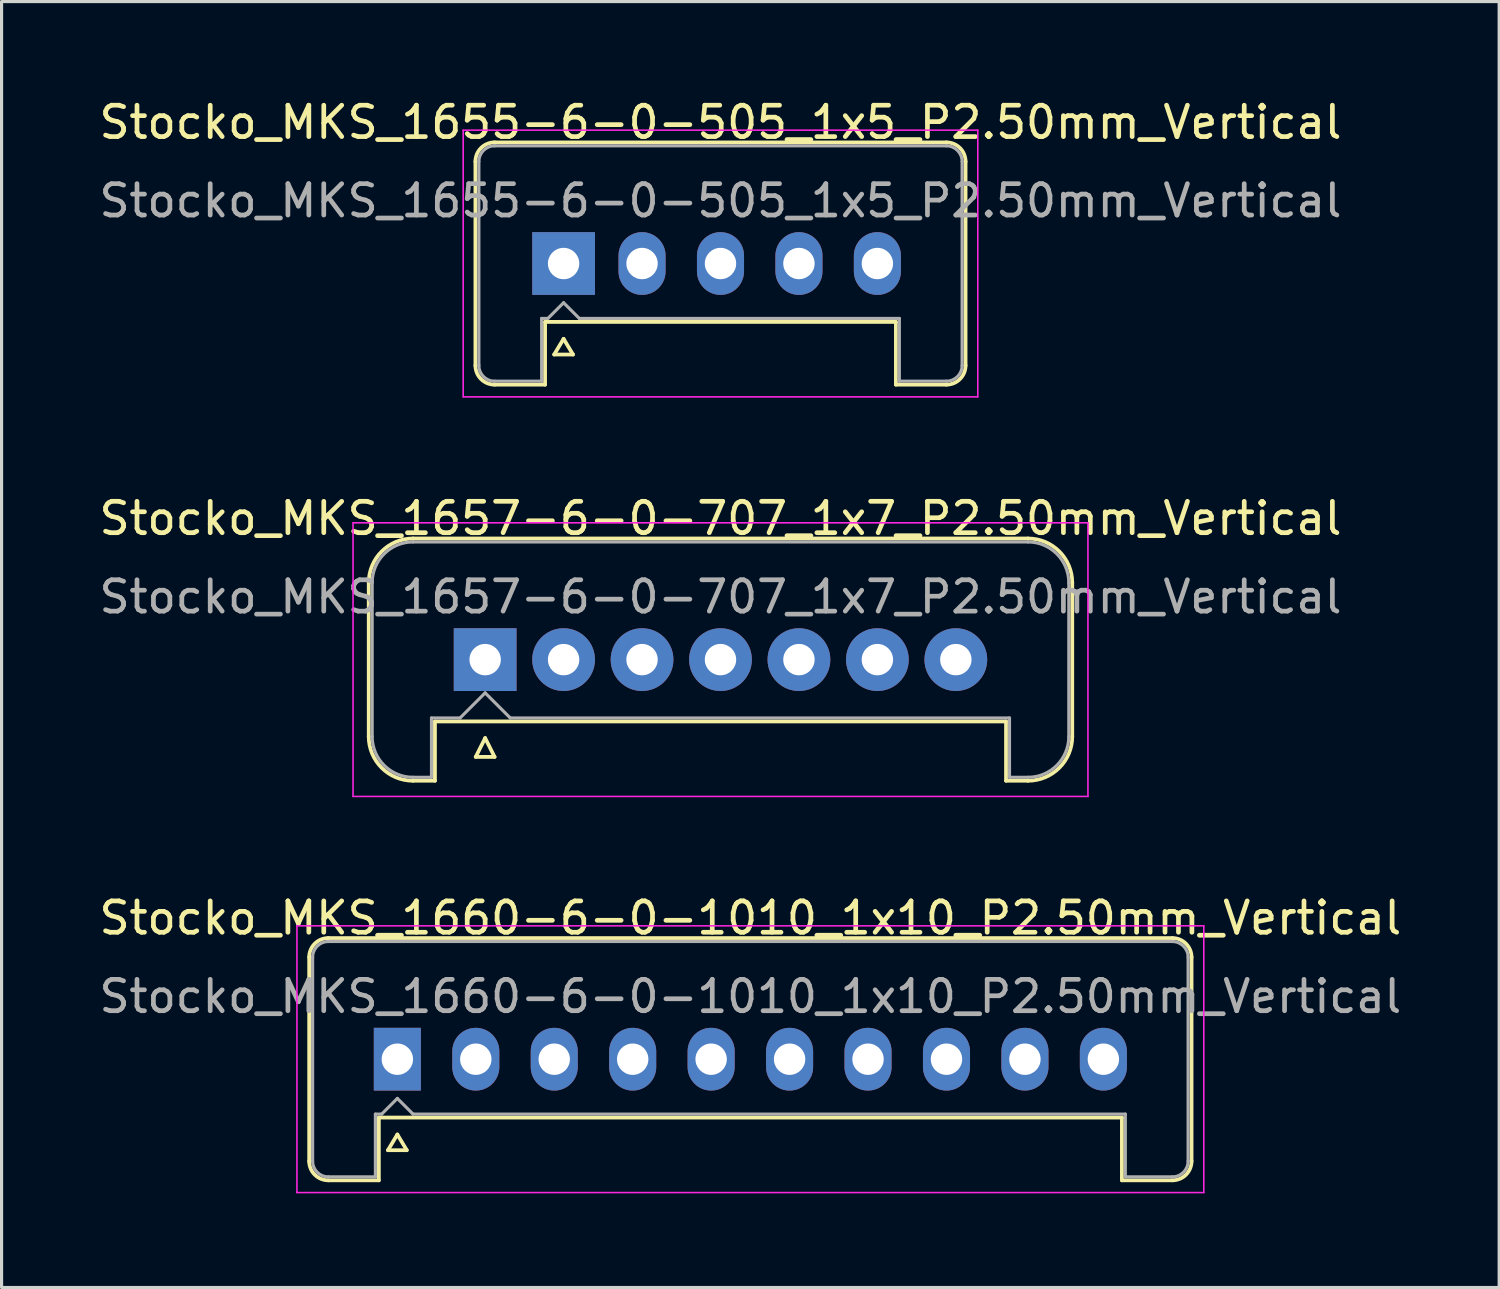
<source format=kicad_pcb>
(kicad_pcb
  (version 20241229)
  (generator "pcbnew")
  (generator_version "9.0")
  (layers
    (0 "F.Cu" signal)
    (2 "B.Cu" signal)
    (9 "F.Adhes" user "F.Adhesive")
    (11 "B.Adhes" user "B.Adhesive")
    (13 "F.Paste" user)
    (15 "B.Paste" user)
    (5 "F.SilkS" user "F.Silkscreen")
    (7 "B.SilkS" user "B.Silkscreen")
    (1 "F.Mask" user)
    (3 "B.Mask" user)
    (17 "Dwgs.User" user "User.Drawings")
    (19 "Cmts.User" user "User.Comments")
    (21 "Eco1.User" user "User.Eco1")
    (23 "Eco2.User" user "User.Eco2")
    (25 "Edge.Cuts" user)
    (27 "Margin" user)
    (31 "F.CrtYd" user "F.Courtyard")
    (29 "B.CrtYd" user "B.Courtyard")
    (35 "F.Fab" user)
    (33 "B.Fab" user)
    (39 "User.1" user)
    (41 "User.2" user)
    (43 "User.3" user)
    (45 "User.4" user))
  (footprint "Stocko_MKS_1657-6-0-707_1x7_P2.50mm_Vertical"
    (layer "F.Cu")
    (at 12.411 17.971)
    (property "Reference" "Stocko_MKS_1657-6-0-707_1x7_P2.50mm_Vertical" (at 7.5 -4.5 0) (layer "F.SilkS") (effects (font (size 1 1) (thickness 0.15))))
    (attr through_hole)
    (fp_line (start -3.71 -2.45) (end -3.71 2.45) (stroke (width 0.12) (type solid)) (layer "F.SilkS"))
    (fp_line (start -2.3 -3.86) (end 17.3 -3.86) (stroke (width 0.12) (type solid)) (layer "F.SilkS"))
    (fp_line (start -2.3 3.86) (end -1.6 3.86) (stroke (width 0.12) (type solid)) (layer "F.SilkS"))
    (fp_line (start -1.6 1.97) (end 16.6 1.97) (stroke (width 0.12) (type solid)) (layer "F.SilkS"))
    (fp_line (start -1.6 3.86) (end -1.6 1.97) (stroke (width 0.12) (type solid)) (layer "F.SilkS"))
    (fp_line (start -0.3 3.1) (end 0.3 3.1) (stroke (width 0.12) (type solid)) (layer "F.SilkS"))
    (fp_line (start 0 2.5) (end -0.3 3.1) (stroke (width 0.12) (type solid)) (layer "F.SilkS"))
    (fp_line (start 0.3 3.1) (end 0 2.5) (stroke (width 0.12) (type solid)) (layer "F.SilkS"))
    (fp_line (start 16.6 3.86) (end 16.6 1.97) (stroke (width 0.12) (type solid)) (layer "F.SilkS"))
    (fp_line (start 17.3 3.86) (end 16.6 3.86) (stroke (width 0.12) (type solid)) (layer "F.SilkS"))
    (fp_line (start 18.71 -2.45) (end 18.71 2.45) (stroke (width 0.12) (type solid)) (layer "F.SilkS"))
    (fp_arc (start -3.71 -2.45) (mid -3.297021 -3.447021) (end -2.3 -3.86) (stroke (width 0.12) (type solid)) (layer "F.SilkS"))
    (fp_arc (start -2.3 3.86) (mid -3.297021 3.447021) (end -3.71 2.45) (stroke (width 0.12) (type solid)) (layer "F.SilkS"))
    (fp_arc (start 17.3 -3.86) (mid 18.297021 -3.447021) (end 18.71 -2.45) (stroke (width 0.12) (type solid)) (layer "F.SilkS"))
    (fp_arc (start 18.71 2.45) (mid 18.297021 3.447021) (end 17.3 3.86) (stroke (width 0.12) (type solid)) (layer "F.SilkS"))
    (fp_line (start -4.21 -4.36) (end -4.21 4.36) (stroke (width 0.05) (type solid)) (layer "F.CrtYd"))
    (fp_line (start -4.21 4.36) (end 19.21 4.36) (stroke (width 0.05) (type solid)) (layer "F.CrtYd"))
    (fp_line (start 19.21 -4.36) (end -4.21 -4.36) (stroke (width 0.05) (type solid)) (layer "F.CrtYd"))
    (fp_line (start 19.21 4.36) (end 19.21 -4.36) (stroke (width 0.05) (type solid)) (layer "F.CrtYd"))
    (fp_line (start -3.6 -2.45) (end -3.6 2.45) (stroke (width 0.1) (type solid)) (layer "F.Fab"))
    (fp_line (start -2.3 -3.75) (end 17.3 -3.75) (stroke (width 0.1) (type solid)) (layer "F.Fab"))
    (fp_line (start -2.3 3.75) (end -1.71 3.75) (stroke (width 0.1) (type solid)) (layer "F.Fab"))
    (fp_line (start -1.71 1.86) (end -0.8 1.86) (stroke (width 0.1) (type solid)) (layer "F.Fab"))
    (fp_line (start -1.71 3.75) (end -1.71 1.86) (stroke (width 0.1) (type solid)) (layer "F.Fab"))
    (fp_line (start -0.8 1.86) (end 0 1.06) (stroke (width 0.1) (type solid)) (layer "F.Fab"))
    (fp_line (start 0 1.06) (end 0.8 1.86) (stroke (width 0.1) (type solid)) (layer "F.Fab"))
    (fp_line (start 0.8 1.86) (end 16.71 1.86) (stroke (width 0.1) (type solid)) (layer "F.Fab"))
    (fp_line (start 16.71 3.75) (end 16.71 1.86) (stroke (width 0.1) (type solid)) (layer "F.Fab"))
    (fp_line (start 17.3 3.75) (end 16.71 3.75) (stroke (width 0.1) (type solid)) (layer "F.Fab"))
    (fp_line (start 18.6 -2.45) (end 18.6 2.45) (stroke (width 0.1) (type solid)) (layer "F.Fab"))
    (fp_arc (start -3.6 -2.45) (mid -3.219239 -3.369239) (end -2.3 -3.75) (stroke (width 0.1) (type solid)) (layer "F.Fab"))
    (fp_arc (start -2.3 3.75) (mid -3.219239 3.369239) (end -3.6 2.45) (stroke (width 0.1) (type solid)) (layer "F.Fab"))
    (fp_arc (start 17.3 -3.75) (mid 18.219239 -3.369239) (end 18.6 -2.45) (stroke (width 0.1) (type solid)) (layer "F.Fab"))
    (fp_arc (start 18.6 2.45) (mid 18.219239 3.369239) (end 17.3 3.75) (stroke (width 0.1) (type solid)) (layer "F.Fab"))
    (fp_text user "${REFERENCE}" (at 7.5 -2 0) (layer "F.Fab") (effects (font (size 1 1) (thickness 0.15))))
    (pad "1" thru_hole rect (at 0 0) (size 2 2) (drill 1) (layers "*.Cu" "*.Mask"))
    (pad "2" thru_hole circle (at 2.5 0) (size 2 2) (drill 1) (layers "*.Cu" "*.Mask"))
    (pad "3" thru_hole circle (at 5 0) (size 2 2) (drill 1) (layers "*.Cu" "*.Mask"))
    (pad "4" thru_hole circle (at 7.5 0) (size 2 2) (drill 1) (layers "*.Cu" "*.Mask"))
    (pad "5" thru_hole circle (at 10 0) (size 2 2) (drill 1) (layers "*.Cu" "*.Mask"))
    (pad "6" thru_hole circle (at 12.5 0) (size 2 2) (drill 1) (layers "*.Cu" "*.Mask"))
    (pad "7" thru_hole circle (at 15 0) (size 2 2) (drill 1) (layers "*.Cu" "*.Mask")))
  (footprint "Stocko_MKS_1655-6-0-505_1x5_P2.50mm_Vertical"
    (layer "F.Cu")
    (at 14.911 5.348)
    (property "Reference" "Stocko_MKS_1655-6-0-505_1x5_P2.50mm_Vertical" (at 5 -4.5 0) (layer "F.SilkS") (effects (font (size 1 1) (thickness 0.15))))
    (attr through_hole)
    (fp_line (start -2.81 -3.25) (end -2.81 3.25) (stroke (width 0.12) (type solid)) (layer "F.SilkS"))
    (fp_line (start -2.2 -3.86) (end 12.2 -3.86) (stroke (width 0.12) (type solid)) (layer "F.SilkS"))
    (fp_line (start -2.2 3.86) (end -0.59 3.86) (stroke (width 0.12) (type solid)) (layer "F.SilkS"))
    (fp_line (start -0.59 1.86) (end 10.59 1.86) (stroke (width 0.12) (type solid)) (layer "F.SilkS"))
    (fp_line (start -0.59 3.86) (end -0.59 1.86) (stroke (width 0.12) (type solid)) (layer "F.SilkS"))
    (fp_line (start -0.3 2.9) (end 0.3 2.9) (stroke (width 0.12) (type solid)) (layer "F.SilkS"))
    (fp_line (start 0 2.4) (end -0.3 2.9) (stroke (width 0.12) (type solid)) (layer "F.SilkS"))
    (fp_line (start 0.3 2.9) (end 0 2.4) (stroke (width 0.12) (type solid)) (layer "F.SilkS"))
    (fp_line (start 10.59 3.86) (end 10.59 1.86) (stroke (width 0.12) (type solid)) (layer "F.SilkS"))
    (fp_line (start 12.2 3.86) (end 10.59 3.86) (stroke (width 0.12) (type solid)) (layer "F.SilkS"))
    (fp_line (start 12.81 -3.25) (end 12.81 3.25) (stroke (width 0.12) (type solid)) (layer "F.SilkS"))
    (fp_arc (start -2.81 -3.25) (mid -2.631335 -3.681335) (end -2.2 -3.86) (stroke (width 0.12) (type solid)) (layer "F.SilkS"))
    (fp_arc (start -2.2 3.86) (mid -2.631335 3.681335) (end -2.81 3.25) (stroke (width 0.12) (type solid)) (layer "F.SilkS"))
    (fp_arc (start 12.2 -3.86) (mid 12.631335 -3.681335) (end 12.81 -3.25) (stroke (width 0.12) (type solid)) (layer "F.SilkS"))
    (fp_arc (start 12.81 3.25) (mid 12.631335 3.681335) (end 12.2 3.86) (stroke (width 0.12) (type solid)) (layer "F.SilkS"))
    (fp_line (start -3.2 -4.25) (end -3.2 4.25) (stroke (width 0.05) (type solid)) (layer "F.CrtYd"))
    (fp_line (start -3.2 4.25) (end 13.2 4.25) (stroke (width 0.05) (type solid)) (layer "F.CrtYd"))
    (fp_line (start 13.2 -4.25) (end -3.2 -4.25) (stroke (width 0.05) (type solid)) (layer "F.CrtYd"))
    (fp_line (start 13.2 4.25) (end 13.2 -4.25) (stroke (width 0.05) (type solid)) (layer "F.CrtYd"))
    (fp_line (start -2.7 -3.25) (end -2.7 3.25) (stroke (width 0.1) (type solid)) (layer "F.Fab"))
    (fp_line (start -2.2 -3.75) (end 12.2 -3.75) (stroke (width 0.1) (type solid)) (layer "F.Fab"))
    (fp_line (start -2.2 3.75) (end -0.7 3.75) (stroke (width 0.1) (type solid)) (layer "F.Fab"))
    (fp_line (start -0.7 1.75) (end -0.5 1.75) (stroke (width 0.1) (type solid)) (layer "F.Fab"))
    (fp_line (start -0.7 3.75) (end -0.7 1.75) (stroke (width 0.1) (type solid)) (layer "F.Fab"))
    (fp_line (start -0.5 1.75) (end 0 1.25) (stroke (width 0.1) (type solid)) (layer "F.Fab"))
    (fp_line (start 0 1.25) (end 0.5 1.75) (stroke (width 0.1) (type solid)) (layer "F.Fab"))
    (fp_line (start 0.5 1.75) (end 10.7 1.75) (stroke (width 0.1) (type solid)) (layer "F.Fab"))
    (fp_line (start 10.7 3.75) (end 10.7 1.75) (stroke (width 0.1) (type solid)) (layer "F.Fab"))
    (fp_line (start 12.2 3.75) (end 10.7 3.75) (stroke (width 0.1) (type solid)) (layer "F.Fab"))
    (fp_line (start 12.7 -3.25) (end 12.7 3.25) (stroke (width 0.1) (type solid)) (layer "F.Fab"))
    (fp_arc (start -2.7 -3.25) (mid -2.553553 -3.603553) (end -2.2 -3.75) (stroke (width 0.1) (type solid)) (layer "F.Fab"))
    (fp_arc (start -2.2 3.75) (mid -2.553553 3.603553) (end -2.7 3.25) (stroke (width 0.1) (type solid)) (layer "F.Fab"))
    (fp_arc (start 12.2 -3.75) (mid 12.553553 -3.603553) (end 12.7 -3.25) (stroke (width 0.1) (type solid)) (layer "F.Fab"))
    (fp_arc (start 12.7 3.25) (mid 12.553553 3.603553) (end 12.2 3.75) (stroke (width 0.1) (type solid)) (layer "F.Fab"))
    (fp_text user "${REFERENCE}" (at 5 -2 0) (layer "F.Fab") (effects (font (size 1 1) (thickness 0.15))))
    (pad "1" thru_hole rect (at 0 0) (size 2 2) (drill 1) (layers "*.Cu" "*.Mask"))
    (pad "2" thru_hole oval (at 2.5 0) (size 1.5 2) (drill 1) (layers "*.Cu" "*.Mask"))
    (pad "3" thru_hole oval (at 5 0) (size 1.5 2) (drill 1) (layers "*.Cu" "*.Mask"))
    (pad "4" thru_hole oval (at 7.5 0) (size 1.5 2) (drill 1) (layers "*.Cu" "*.Mask"))
    (pad "5" thru_hole oval (at 10 0) (size 1.5 2) (drill 1) (layers "*.Cu" "*.Mask")))
  (footprint "Stocko_MKS_1660-6-0-1010_1x10_P2.50mm_Vertical"
    (layer "F.Cu")
    (at 9.613 30.705)
    (property "Reference" "Stocko_MKS_1660-6-0-1010_1x10_P2.50mm_Vertical" (at 11.25 -4.5 0) (layer "F.SilkS") (effects (font (size 1 1) (thickness 0.15))))
    (attr through_hole)
    (fp_line (start -2.81 -3.25) (end -2.81 3.25) (stroke (width 0.12) (type solid)) (layer "F.SilkS"))
    (fp_line (start -2.2 -3.86) (end 24.7 -3.86) (stroke (width 0.12) (type solid)) (layer "F.SilkS"))
    (fp_line (start -2.2 3.86) (end -0.59 3.86) (stroke (width 0.12) (type solid)) (layer "F.SilkS"))
    (fp_line (start -0.59 1.86) (end 23.09 1.86) (stroke (width 0.12) (type solid)) (layer "F.SilkS"))
    (fp_line (start -0.59 3.86) (end -0.59 1.86) (stroke (width 0.12) (type solid)) (layer "F.SilkS"))
    (fp_line (start -0.3 2.9) (end 0.3 2.9) (stroke (width 0.12) (type solid)) (layer "F.SilkS"))
    (fp_line (start 0 2.4) (end -0.3 2.9) (stroke (width 0.12) (type solid)) (layer "F.SilkS"))
    (fp_line (start 0.3 2.9) (end 0 2.4) (stroke (width 0.12) (type solid)) (layer "F.SilkS"))
    (fp_line (start 23.09 3.86) (end 23.09 1.86) (stroke (width 0.12) (type solid)) (layer "F.SilkS"))
    (fp_line (start 24.7 3.86) (end 23.09 3.86) (stroke (width 0.12) (type solid)) (layer "F.SilkS"))
    (fp_line (start 25.31 -3.25) (end 25.31 3.25) (stroke (width 0.12) (type solid)) (layer "F.SilkS"))
    (fp_arc (start -2.81 -3.25) (mid -2.631335 -3.681335) (end -2.2 -3.86) (stroke (width 0.12) (type solid)) (layer "F.SilkS"))
    (fp_arc (start -2.2 3.86) (mid -2.631335 3.681335) (end -2.81 3.25) (stroke (width 0.12) (type solid)) (layer "F.SilkS"))
    (fp_arc (start 24.7 -3.86) (mid 25.131335 -3.681335) (end 25.31 -3.25) (stroke (width 0.12) (type solid)) (layer "F.SilkS"))
    (fp_arc (start 25.31 3.25) (mid 25.131335 3.681335) (end 24.7 3.86) (stroke (width 0.12) (type solid)) (layer "F.SilkS"))
    (fp_line (start -3.2 -4.25) (end -3.2 4.25) (stroke (width 0.05) (type solid)) (layer "F.CrtYd"))
    (fp_line (start -3.2 4.25) (end 25.7 4.25) (stroke (width 0.05) (type solid)) (layer "F.CrtYd"))
    (fp_line (start 25.7 -4.25) (end -3.2 -4.25) (stroke (width 0.05) (type solid)) (layer "F.CrtYd"))
    (fp_line (start 25.7 4.25) (end 25.7 -4.25) (stroke (width 0.05) (type solid)) (layer "F.CrtYd"))
    (fp_line (start -2.7 -3.25) (end -2.7 3.25) (stroke (width 0.1) (type solid)) (layer "F.Fab"))
    (fp_line (start -2.2 -3.75) (end 24.7 -3.75) (stroke (width 0.1) (type solid)) (layer "F.Fab"))
    (fp_line (start -2.2 3.75) (end -0.7 3.75) (stroke (width 0.1) (type solid)) (layer "F.Fab"))
    (fp_line (start -0.7 1.75) (end -0.5 1.75) (stroke (width 0.1) (type solid)) (layer "F.Fab"))
    (fp_line (start -0.7 3.75) (end -0.7 1.75) (stroke (width 0.1) (type solid)) (layer "F.Fab"))
    (fp_line (start -0.5 1.75) (end 0 1.25) (stroke (width 0.1) (type solid)) (layer "F.Fab"))
    (fp_line (start 0 1.25) (end 0.5 1.75) (stroke (width 0.1) (type solid)) (layer "F.Fab"))
    (fp_line (start 0.5 1.75) (end 23.2 1.75) (stroke (width 0.1) (type solid)) (layer "F.Fab"))
    (fp_line (start 23.2 3.75) (end 23.2 1.75) (stroke (width 0.1) (type solid)) (layer "F.Fab"))
    (fp_line (start 24.7 3.75) (end 23.2 3.75) (stroke (width 0.1) (type solid)) (layer "F.Fab"))
    (fp_line (start 25.2 -3.25) (end 25.2 3.25) (stroke (width 0.1) (type solid)) (layer "F.Fab"))
    (fp_arc (start -2.7 -3.25) (mid -2.553553 -3.603553) (end -2.2 -3.75) (stroke (width 0.1) (type solid)) (layer "F.Fab"))
    (fp_arc (start -2.2 3.75) (mid -2.553553 3.603553) (end -2.7 3.25) (stroke (width 0.1) (type solid)) (layer "F.Fab"))
    (fp_arc (start 24.7 -3.75) (mid 25.053553 -3.603553) (end 25.2 -3.25) (stroke (width 0.1) (type solid)) (layer "F.Fab"))
    (fp_arc (start 25.2 3.25) (mid 25.053553 3.603553) (end 24.7 3.75) (stroke (width 0.1) (type solid)) (layer "F.Fab"))
    (fp_text user "${REFERENCE}" (at 11.25 -2 0) (layer "F.Fab") (effects (font (size 1 1) (thickness 0.15))))
    (pad "1" thru_hole rect (at 0 0) (size 1.5 2) (drill 1) (layers "*.Cu" "*.Mask"))
    (pad "2" thru_hole oval (at 2.5 0) (size 1.5 2) (drill 1) (layers "*.Cu" "*.Mask"))
    (pad "3" thru_hole oval (at 5 0) (size 1.5 2) (drill 1) (layers "*.Cu" "*.Mask"))
    (pad "4" thru_hole oval (at 7.5 0) (size 1.5 2) (drill 1) (layers "*.Cu" "*.Mask"))
    (pad "5" thru_hole oval (at 10 0) (size 1.5 2) (drill 1) (layers "*.Cu" "*.Mask"))
    (pad "6" thru_hole oval (at 12.5 0) (size 1.5 2) (drill 1) (layers "*.Cu" "*.Mask"))
    (pad "7" thru_hole oval (at 15 0) (size 1.5 2) (drill 1) (layers "*.Cu" "*.Mask"))
    (pad "8" thru_hole oval (at 17.5 0) (size 1.5 2) (drill 1) (layers "*.Cu" "*.Mask"))
    (pad "9" thru_hole oval (at 20 0) (size 1.5 2) (drill 1) (layers "*.Cu" "*.Mask"))
    (pad "10" thru_hole oval (at 22.5 0) (size 1.5 2) (drill 1) (layers "*.Cu" "*.Mask")))
  (gr_rect
    (start -3 -3)
    (end 44.726 37.98)
    (stroke (width 0.1) (type default))
    (fill no)
    (layer "Edge.Cuts")))
</source>
